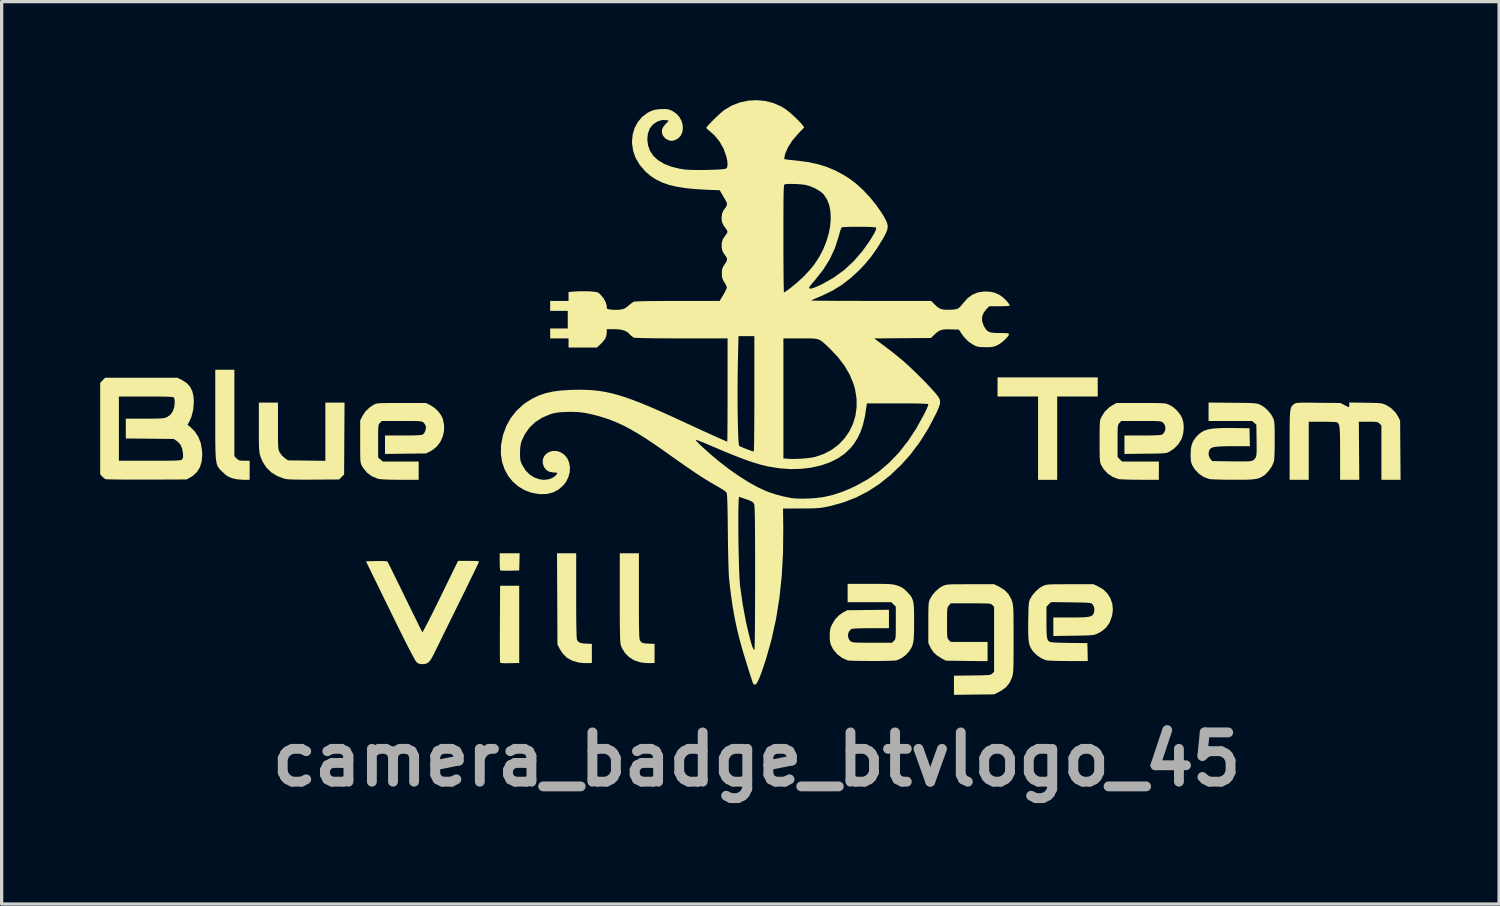
<source format=kicad_pcb>
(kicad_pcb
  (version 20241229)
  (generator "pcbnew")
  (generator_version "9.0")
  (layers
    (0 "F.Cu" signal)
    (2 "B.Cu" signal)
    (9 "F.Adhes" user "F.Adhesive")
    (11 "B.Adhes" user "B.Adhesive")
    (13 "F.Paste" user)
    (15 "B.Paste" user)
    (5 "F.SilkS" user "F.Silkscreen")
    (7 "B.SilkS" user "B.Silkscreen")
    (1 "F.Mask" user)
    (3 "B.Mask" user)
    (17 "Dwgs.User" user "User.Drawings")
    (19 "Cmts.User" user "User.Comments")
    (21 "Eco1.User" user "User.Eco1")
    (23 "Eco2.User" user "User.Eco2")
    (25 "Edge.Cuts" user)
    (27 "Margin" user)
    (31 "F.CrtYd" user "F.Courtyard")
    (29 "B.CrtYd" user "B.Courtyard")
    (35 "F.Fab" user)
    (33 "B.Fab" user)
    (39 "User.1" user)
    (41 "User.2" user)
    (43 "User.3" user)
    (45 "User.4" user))
  (footprint "camera_badge_btvlogo_45"
    (layer "F.Cu")
    (at 19.987 9.371)
    (property "Reference" "camera_badge_btvlogo_45" (at 0 10.7 0) (layer "F.Fab") (effects (font (size 1.5 1.5) (thickness 0.3))))
    (attr board_only exclude_from_pos_files exclude_from_bom)
    (fp_poly (pts (xy -7.222 4.685) (xy -7.229 4.947) (xy -7.51 4.954) (xy -7.62 4.955) (xy -7.712 4.954) (xy -7.778 4.95) (xy -7.806 4.944) (xy -7.806 4.944) (xy -7.813 4.915) (xy -7.818 4.851) (xy -7.822 4.76) (xy -7.823 4.676) (xy -7.823 4.423) (xy -7.519 4.423) (xy -7.216 4.423)) (stroke (width 0) (type solid)) (fill yes) (layer "F.SilkS"))
    (fp_poly (pts (xy 10.384 -0.64) (xy 10.384 -0.349) (xy 9.767 -0.349) (xy 9.15 -0.349) (xy 9.15 0.92) (xy 9.15 2.188) (xy 8.859 2.188) (xy 8.568 2.188) (xy 8.568 0.92) (xy 8.568 -0.349) (xy 7.951 -0.349) (xy 7.334 -0.349) (xy 7.334 -0.64) (xy 7.334 -0.931) (xy 8.859 -0.931) (xy 10.384 -0.931)) (stroke (width 0) (type solid)) (fill yes) (layer "F.SilkS"))
    (fp_poly (pts (xy -7.229 6.589) (xy -7.229 7.764) (xy -7.515 7.771) (xy -7.643 7.773) (xy -7.731 7.77) (xy -7.784 7.764) (xy -7.809 7.752) (xy -7.812 7.748) (xy -7.814 7.719) (xy -7.816 7.649) (xy -7.817 7.541) (xy -7.818 7.4) (xy -7.818 7.231) (xy -7.818 7.038) (xy -7.818 6.827) (xy -7.817 6.601) (xy -7.817 6.565) (xy -7.811 5.413) (xy -7.52 5.413) (xy -7.229 5.413)) (stroke (width 0) (type solid)) (fill yes) (layer "F.SilkS"))
    (fp_poly (pts (xy -5.494 5.714) (xy -5.494 6.032) (xy -5.493 6.304) (xy -5.491 6.532) (xy -5.488 6.718) (xy -5.484 6.862) (xy -5.48 6.967) (xy -5.474 7.034) (xy -5.469 7.062) (xy -5.434 7.114) (xy -5.379 7.148) (xy -5.295 7.167) (xy -5.18 7.176) (xy -5.017 7.182) (xy -5.017 7.473) (xy -5.017 7.764) (xy -5.168 7.769) (xy -5.275 7.766) (xy -5.386 7.755) (xy -5.448 7.744) (xy -5.629 7.688) (xy -5.776 7.605) (xy -5.894 7.49) (xy -5.985 7.353) (xy -6.065 7.206) (xy -6.071 5.815) (xy -6.078 4.423) (xy -5.786 4.423) (xy -5.494 4.423)) (stroke (width 0) (type solid)) (fill yes) (layer "F.SilkS"))
    (fp_poly (pts (xy -15.901 0.153) (xy -15.901 1.47) (xy -15.833 1.538) (xy -15.793 1.574) (xy -15.753 1.595) (xy -15.698 1.604) (xy -15.613 1.606) (xy -15.6 1.606) (xy -15.436 1.606) (xy -15.436 1.897) (xy -15.436 2.188) (xy -15.628 2.187) (xy -15.828 2.171) (xy -15.97 2.138) (xy -16.056 2.106) (xy -16.127 2.066) (xy -16.2 2.008) (xy -16.264 1.946) (xy -16.308 1.903) (xy -16.345 1.865) (xy -16.376 1.827) (xy -16.403 1.786) (xy -16.425 1.739) (xy -16.442 1.682) (xy -16.455 1.61) (xy -16.466 1.521) (xy -16.473 1.41) (xy -16.478 1.273) (xy -16.481 1.107) (xy -16.483 0.909) (xy -16.483 0.674) (xy -16.483 0.399) (xy -16.483 0.194) (xy -16.483 -1.164) (xy -16.192 -1.164) (xy -15.901 -1.164)) (stroke (width 0) (type solid)) (fill yes) (layer "F.SilkS"))
    (fp_poly (pts (xy -3.585 5.717) (xy -3.585 6) (xy -3.585 6.241) (xy -3.584 6.442) (xy -3.582 6.608) (xy -3.58 6.742) (xy -3.577 6.848) (xy -3.574 6.929) (xy -3.569 6.989) (xy -3.564 7.032) (xy -3.557 7.061) (xy -3.55 7.078) (xy -3.524 7.119) (xy -3.488 7.146) (xy -3.434 7.162) (xy -3.351 7.172) (xy -3.259 7.176) (xy -3.108 7.182) (xy -3.108 7.473) (xy -3.108 7.764) (xy -3.259 7.769) (xy -3.37 7.766) (xy -3.492 7.752) (xy -3.56 7.74) (xy -3.734 7.68) (xy -3.887 7.584) (xy -4.012 7.457) (xy -4.104 7.306) (xy -4.136 7.222) (xy -4.143 7.19) (xy -4.149 7.141) (xy -4.154 7.073) (xy -4.158 6.982) (xy -4.161 6.864) (xy -4.163 6.716) (xy -4.165 6.536) (xy -4.167 6.318) (xy -4.167 6.061) (xy -4.167 5.77) (xy -4.167 4.423) (xy -3.876 4.423) (xy -3.585 4.423)) (stroke (width 0) (type solid)) (fill yes) (layer "F.SilkS"))
    (fp_poly (pts (xy -14.574 0.542) (xy -14.574 0.742) (xy -14.573 0.902) (xy -14.572 1.026) (xy -14.569 1.12) (xy -14.565 1.19) (xy -14.559 1.242) (xy -14.551 1.281) (xy -14.54 1.313) (xy -14.526 1.343) (xy -14.522 1.351) (xy -14.461 1.439) (xy -14.379 1.517) (xy -14.368 1.525) (xy -14.268 1.595) (xy -13.699 1.602) (xy -13.131 1.609) (xy -13.131 0.723) (xy -13.131 -0.163) (xy -12.839 -0.163) (xy -12.547 -0.163) (xy -12.554 0.931) (xy -12.56 2.025) (xy -12.636 2.101) (xy -12.712 2.177) (xy -13.486 2.182) (xy -13.712 2.183) (xy -13.897 2.182) (xy -14.045 2.181) (xy -14.16 2.177) (xy -14.25 2.172) (xy -14.317 2.166) (xy -14.367 2.157) (xy -14.382 2.153) (xy -14.596 2.073) (xy -14.778 1.96) (xy -14.927 1.814) (xy -15.042 1.637) (xy -15.112 1.464) (xy -15.125 1.42) (xy -15.135 1.373) (xy -15.142 1.317) (xy -15.148 1.246) (xy -15.152 1.154) (xy -15.154 1.037) (xy -15.156 0.887) (xy -15.156 0.7) (xy -15.156 0.58) (xy -15.156 -0.163) (xy -14.865 -0.163) (xy -14.574 -0.163)) (stroke (width 0) (type solid)) (fill yes) (layer "F.SilkS"))
    (fp_poly (pts (xy -8.642 4.657) (xy -8.554 4.658) (xy -8.499 4.662) (xy -8.469 4.669) (xy -8.459 4.681) (xy -8.461 4.698) (xy -8.463 4.703) (xy -8.475 4.732) (xy -8.507 4.798) (xy -8.555 4.899) (xy -8.619 5.03) (xy -8.695 5.186) (xy -8.782 5.365) (xy -8.878 5.561) (xy -8.982 5.772) (xy -9.049 5.907) (xy -9.161 6.136) (xy -9.273 6.362) (xy -9.38 6.58) (xy -9.48 6.784) (xy -9.572 6.97) (xy -9.651 7.133) (xy -9.717 7.266) (xy -9.765 7.364) (xy -9.778 7.392) (xy -9.849 7.535) (xy -9.908 7.64) (xy -9.96 7.713) (xy -10.011 7.76) (xy -10.066 7.787) (xy -10.131 7.798) (xy -10.183 7.799) (xy -10.265 7.791) (xy -10.326 7.762) (xy -10.358 7.735) (xy -10.383 7.701) (xy -10.427 7.627) (xy -10.488 7.514) (xy -10.568 7.361) (xy -10.667 7.168) (xy -10.784 6.934) (xy -10.921 6.659) (xy -11.077 6.342) (xy -11.161 6.17) (xy -11.895 4.668) (xy -11.578 4.661) (xy -11.46 4.66) (xy -11.36 4.662) (xy -11.285 4.666) (xy -11.246 4.671) (xy -11.243 4.673) (xy -11.229 4.697) (xy -11.197 4.759) (xy -11.149 4.854) (xy -11.087 4.98) (xy -11.013 5.131) (xy -10.928 5.304) (xy -10.834 5.494) (xy -10.735 5.699) (xy -10.709 5.751) (xy -10.609 5.957) (xy -10.514 6.152) (xy -10.426 6.329) (xy -10.349 6.486) (xy -10.284 6.618) (xy -10.232 6.721) (xy -10.196 6.792) (xy -10.178 6.825) (xy -10.177 6.827) (xy -10.164 6.81) (xy -10.132 6.755) (xy -10.085 6.666) (xy -10.022 6.546) (xy -9.948 6.4) (xy -9.862 6.23) (xy -9.769 6.042) (xy -9.668 5.838) (xy -9.626 5.751) (xy -9.091 4.656) (xy -8.77 4.656)) (stroke (width 0) (type solid)) (fill yes) (layer "F.SilkS"))
    (fp_poly (pts (xy 18.538 -0.159) (xy 18.703 -0.156) (xy 18.828 -0.153) (xy 18.922 -0.149) (xy 18.992 -0.143) (xy 19.046 -0.134) (xy 19.09 -0.121) (xy 19.132 -0.104) (xy 19.164 -0.09) (xy 19.322 0.009) (xy 19.453 0.14) (xy 19.534 0.269) (xy 19.591 0.384) (xy 19.598 1.286) (xy 19.605 2.188) (xy 19.313 2.188) (xy 19.021 2.188) (xy 19.021 1.361) (xy 19.021 0.533) (xy 18.964 0.476) (xy 18.937 0.452) (xy 18.908 0.436) (xy 18.868 0.426) (xy 18.807 0.421) (xy 18.715 0.419) (xy 18.62 0.419) (xy 18.334 0.419) (xy 18.341 1.304) (xy 18.348 2.188) (xy 18.056 2.188) (xy 17.764 2.188) (xy 17.764 1.384) (xy 17.763 1.153) (xy 17.762 0.965) (xy 17.759 0.813) (xy 17.755 0.695) (xy 17.748 0.606) (xy 17.737 0.541) (xy 17.724 0.496) (xy 17.706 0.466) (xy 17.684 0.446) (xy 17.658 0.434) (xy 17.623 0.429) (xy 17.55 0.425) (xy 17.447 0.422) (xy 17.323 0.42) (xy 17.215 0.419) (xy 16.809 0.419) (xy 16.809 1.304) (xy 16.809 2.188) (xy 16.518 2.188) (xy 16.227 2.188) (xy 16.227 1.14) (xy 16.227 0.879) (xy 16.228 0.66) (xy 16.229 0.48) (xy 16.232 0.333) (xy 16.237 0.217) (xy 16.244 0.126) (xy 16.253 0.056) (xy 16.266 0.004) (xy 16.282 -0.034) (xy 16.302 -0.064) (xy 16.326 -0.089) (xy 16.356 -0.113) (xy 16.357 -0.114) (xy 16.377 -0.129) (xy 16.399 -0.14) (xy 16.427 -0.149) (xy 16.468 -0.155) (xy 16.527 -0.159) (xy 16.609 -0.161) (xy 16.72 -0.162) (xy 16.866 -0.161) (xy 17.051 -0.159) (xy 17.099 -0.158) (xy 17.775 -0.151) (xy 17.899 -0.087) (xy 17.967 -0.053) (xy 18.016 -0.03) (xy 18.033 -0.023) (xy 18.04 -0.044) (xy 18.043 -0.093) (xy 18.043 -0.095) (xy 18.043 -0.166)) (stroke (width 0) (type solid)) (fill yes) (layer "F.SilkS"))
    (fp_poly (pts (xy -9.936 -0.086) (xy -9.807 -0.003) (xy -9.691 0.106) (xy -9.601 0.231) (xy -9.556 0.329) (xy -9.517 0.512) (xy -9.518 0.695) (xy -9.557 0.871) (xy -9.631 1.033) (xy -9.736 1.172) (xy -9.871 1.283) (xy -9.936 1.32) (xy -10.069 1.385) (xy -10.692 1.392) (xy -11.315 1.4) (xy -11.315 1.119) (xy -11.315 0.838) (xy -10.766 0.838) (xy -10.57 0.837) (xy -10.41 0.834) (xy -10.287 0.828) (xy -10.206 0.821) (xy -10.17 0.813) (xy -10.12 0.764) (xy -10.084 0.687) (xy -10.069 0.602) (xy -10.073 0.559) (xy -10.102 0.492) (xy -10.145 0.442) (xy -10.166 0.428) (xy -10.191 0.417) (xy -10.226 0.409) (xy -10.278 0.403) (xy -10.352 0.399) (xy -10.454 0.397) (xy -10.59 0.396) (xy -10.765 0.396) (xy -10.807 0.396) (xy -11.41 0.396) (xy -11.467 0.453) (xy -11.486 0.473) (xy -11.5 0.494) (xy -11.51 0.522) (xy -11.517 0.565) (xy -11.521 0.628) (xy -11.523 0.718) (xy -11.524 0.842) (xy -11.524 1.006) (xy -11.524 1.01) (xy -11.524 1.509) (xy -11.453 1.569) (xy -11.381 1.63) (xy -10.836 1.63) (xy -10.29 1.63) (xy -10.29 1.909) (xy -10.29 2.188) (xy -10.855 2.187) (xy -11.077 2.185) (xy -11.259 2.18) (xy -11.397 2.173) (xy -11.492 2.163) (xy -11.526 2.157) (xy -11.704 2.086) (xy -11.854 1.979) (xy -11.976 1.835) (xy -12.02 1.76) (xy -12.035 1.73) (xy -12.047 1.699) (xy -12.056 1.661) (xy -12.063 1.61) (xy -12.067 1.541) (xy -12.069 1.447) (xy -12.071 1.322) (xy -12.071 1.161) (xy -12.071 1.024) (xy -12.071 0.384) (xy -12.007 0.252) (xy -11.907 0.1) (xy -11.769 -0.028) (xy -11.659 -0.098) (xy -11.63 -0.113) (xy -11.602 -0.124) (xy -11.567 -0.134) (xy -11.522 -0.14) (xy -11.461 -0.145) (xy -11.378 -0.148) (xy -11.269 -0.15) (xy -11.126 -0.151) (xy -10.946 -0.151) (xy -10.814 -0.151) (xy -10.069 -0.151)) (stroke (width 0) (type solid)) (fill yes) (layer "F.SilkS"))
    (fp_poly (pts (xy -17.502 -0.854) (xy -17.361 -0.765) (xy -17.255 -0.654) (xy -17.184 -0.517) (xy -17.145 -0.35) (xy -17.135 -0.187) (xy -17.154 0.056) (xy -17.209 0.271) (xy -17.267 0.4) (xy -17.328 0.512) (xy -17.261 0.564) (xy -17.11 0.71) (xy -16.996 0.882) (xy -16.921 1.081) (xy -16.884 1.307) (xy -16.879 1.429) (xy -16.897 1.632) (xy -16.951 1.807) (xy -17.041 1.952) (xy -17.167 2.068) (xy -17.231 2.107) (xy -17.356 2.177) (xy -18.567 2.182) (xy -18.801 2.182) (xy -19.022 2.182) (xy -19.226 2.181) (xy -19.407 2.179) (xy -19.561 2.177) (xy -19.684 2.175) (xy -19.772 2.172) (xy -19.818 2.168) (xy -19.824 2.167) (xy -19.872 2.136) (xy -19.925 2.089) (xy -19.929 2.084) (xy -19.987 2.022) (xy -19.987 0.627) (xy -19.987 -0.349) (xy -19.417 -0.349) (xy -19.417 0.629) (xy -19.417 1.606) (xy -18.475 1.606) (xy -18.239 1.606) (xy -18.046 1.606) (xy -17.89 1.605) (xy -17.767 1.603) (xy -17.674 1.6) (xy -17.606 1.596) (xy -17.558 1.591) (xy -17.526 1.584) (xy -17.506 1.576) (xy -17.495 1.567) (xy -17.473 1.532) (xy -17.463 1.478) (xy -17.465 1.392) (xy -17.466 1.387) (xy -17.492 1.231) (xy -17.549 1.109) (xy -17.637 1.017) (xy -17.655 1.005) (xy -17.749 0.943) (xy -18.478 0.936) (xy -19.207 0.929) (xy -19.207 0.628) (xy -19.207 0.326) (xy -18.631 0.325) (xy -18.448 0.325) (xy -18.306 0.324) (xy -18.198 0.321) (xy -18.117 0.316) (xy -18.057 0.31) (xy -18.012 0.301) (xy -17.976 0.289) (xy -17.959 0.282) (xy -17.852 0.209) (xy -17.775 0.102) (xy -17.73 -0.035) (xy -17.717 -0.173) (xy -17.722 -0.248) (xy -17.735 -0.304) (xy -17.745 -0.321) (xy -17.766 -0.329) (xy -17.815 -0.336) (xy -17.894 -0.341) (xy -18.007 -0.345) (xy -18.156 -0.347) (xy -18.346 -0.349) (xy -18.578 -0.349) (xy -18.595 -0.349) (xy -19.417 -0.349) (xy -19.987 -0.349) (xy -19.987 -0.767) (xy -19.911 -0.844) (xy -19.835 -0.92) (xy -18.735 -0.92) (xy -17.636 -0.92)) (stroke (width 0) (type solid)) (fill yes) (layer "F.SilkS"))
    (fp_poly (pts (xy 11.905 -0.151) (xy 12.07 -0.151) (xy 12.2 -0.149) (xy 12.299 -0.147) (xy 12.375 -0.143) (xy 12.431 -0.138) (xy 12.474 -0.13) (xy 12.51 -0.119) (xy 12.543 -0.106) (xy 12.565 -0.096) (xy 12.682 -0.025) (xy 12.796 0.078) (xy 12.893 0.197) (xy 12.95 0.298) (xy 12.991 0.434) (xy 13.004 0.592) (xy 12.991 0.755) (xy 12.951 0.908) (xy 12.934 0.949) (xy 12.838 1.107) (xy 12.704 1.241) (xy 12.568 1.331) (xy 12.537 1.347) (xy 12.504 1.36) (xy 12.466 1.37) (xy 12.415 1.377) (xy 12.346 1.382) (xy 12.252 1.386) (xy 12.128 1.389) (xy 11.968 1.391) (xy 11.833 1.392) (xy 11.198 1.4) (xy 11.198 1.119) (xy 11.198 0.838) (xy 11.747 0.838) (xy 11.928 0.837) (xy 12.082 0.834) (xy 12.205 0.829) (xy 12.291 0.823) (xy 12.337 0.816) (xy 12.34 0.814) (xy 12.404 0.756) (xy 12.439 0.675) (xy 12.444 0.585) (xy 12.418 0.501) (xy 12.37 0.443) (xy 12.349 0.429) (xy 12.325 0.418) (xy 12.291 0.409) (xy 12.241 0.403) (xy 12.17 0.4) (xy 12.072 0.397) (xy 11.941 0.396) (xy 11.771 0.396) (xy 11.706 0.396) (xy 11.103 0.396) (xy 11.046 0.457) (xy 11.027 0.479) (xy 11.013 0.502) (xy 11.003 0.532) (xy 10.996 0.576) (xy 10.992 0.641) (xy 10.99 0.734) (xy 10.989 0.861) (xy 10.989 1.006) (xy 10.989 1.494) (xy 11.057 1.562) (xy 11.125 1.63) (xy 11.685 1.63) (xy 12.246 1.63) (xy 12.246 1.909) (xy 12.246 2.188) (xy 11.67 2.186) (xy 11.505 2.185) (xy 11.352 2.182) (xy 11.217 2.178) (xy 11.109 2.173) (xy 11.034 2.167) (xy 11.006 2.163) (xy 10.841 2.101) (xy 10.692 2) (xy 10.568 1.868) (xy 10.496 1.751) (xy 10.479 1.716) (xy 10.467 1.683) (xy 10.458 1.643) (xy 10.451 1.592) (xy 10.446 1.524) (xy 10.444 1.431) (xy 10.442 1.308) (xy 10.442 1.149) (xy 10.442 1.013) (xy 10.442 0.825) (xy 10.443 0.677) (xy 10.444 0.564) (xy 10.447 0.479) (xy 10.453 0.417) (xy 10.46 0.37) (xy 10.47 0.333) (xy 10.484 0.3) (xy 10.495 0.276) (xy 10.602 0.109) (xy 10.738 -0.022) (xy 10.829 -0.082) (xy 10.954 -0.151) (xy 11.699 -0.151)) (stroke (width 0) (type solid)) (fill yes) (layer "F.SilkS"))
    (fp_poly (pts (xy 3.641 5.355) (xy 3.799 5.356) (xy 3.923 5.358) (xy 4.019 5.361) (xy 4.094 5.367) (xy 4.153 5.374) (xy 4.204 5.384) (xy 4.253 5.397) (xy 4.274 5.404) (xy 4.362 5.435) (xy 4.432 5.471) (xy 4.501 5.524) (xy 4.577 5.597) (xy 4.639 5.661) (xy 4.688 5.72) (xy 4.726 5.78) (xy 4.753 5.848) (xy 4.773 5.93) (xy 4.785 6.033) (xy 4.791 6.162) (xy 4.794 6.324) (xy 4.794 6.527) (xy 4.794 6.54) (xy 4.793 6.737) (xy 4.789 6.893) (xy 4.783 7.017) (xy 4.771 7.115) (xy 4.754 7.194) (xy 4.73 7.262) (xy 4.698 7.325) (xy 4.656 7.389) (xy 4.639 7.414) (xy 4.547 7.516) (xy 4.429 7.605) (xy 4.304 7.669) (xy 4.261 7.683) (xy 4.217 7.689) (xy 4.133 7.694) (xy 4.018 7.698) (xy 3.879 7.701) (xy 3.723 7.703) (xy 3.558 7.704) (xy 3.392 7.703) (xy 3.23 7.702) (xy 3.082 7.7) (xy 2.954 7.697) (xy 2.854 7.693) (xy 2.789 7.688) (xy 2.77 7.684) (xy 2.598 7.608) (xy 2.45 7.494) (xy 2.331 7.349) (xy 2.285 7.264) (xy 2.253 7.188) (xy 2.234 7.116) (xy 2.226 7.03) (xy 2.225 6.938) (xy 2.228 6.826) (xy 2.239 6.742) (xy 2.262 6.666) (xy 2.29 6.6) (xy 2.391 6.432) (xy 2.523 6.298) (xy 2.642 6.22) (xy 2.759 6.158) (xy 3.393 6.151) (xy 4.028 6.144) (xy 4.028 6.424) (xy 4.028 6.705) (xy 3.479 6.705) (xy 3.298 6.706) (xy 3.144 6.709) (xy 3.021 6.714) (xy 2.935 6.72) (xy 2.889 6.728) (xy 2.886 6.729) (xy 2.822 6.787) (xy 2.787 6.868) (xy 2.782 6.958) (xy 2.808 7.043) (xy 2.856 7.1) (xy 2.877 7.114) (xy 2.901 7.126) (xy 2.935 7.134) (xy 2.985 7.14) (xy 3.056 7.144) (xy 3.154 7.146) (xy 3.285 7.147) (xy 3.455 7.147) (xy 3.52 7.147) (xy 4.123 7.147) (xy 4.18 7.09) (xy 4.199 7.07) (xy 4.213 7.049) (xy 4.223 7.02) (xy 4.23 6.977) (xy 4.234 6.913) (xy 4.236 6.822) (xy 4.237 6.697) (xy 4.237 6.541) (xy 4.237 6.05) (xy 4.169 5.982) (xy 4.101 5.913) (xy 3.436 5.913) (xy 2.77 5.913) (xy 2.77 5.634) (xy 2.77 5.355) (xy 3.443 5.355)) (stroke (width 0) (type solid)) (fill yes) (layer "F.SilkS"))
    (fp_poly (pts (xy 10.401 5.434) (xy 10.56 5.53) (xy 10.685 5.656) (xy 10.776 5.804) (xy 10.83 5.97) (xy 10.846 6.147) (xy 10.821 6.33) (xy 10.755 6.513) (xy 10.737 6.549) (xy 10.643 6.683) (xy 10.516 6.792) (xy 10.385 6.865) (xy 10.344 6.883) (xy 10.306 6.897) (xy 10.265 6.908) (xy 10.212 6.916) (xy 10.144 6.922) (xy 10.052 6.926) (xy 9.93 6.929) (xy 9.773 6.932) (xy 9.644 6.934) (xy 9.033 6.943) (xy 9.033 6.661) (xy 9.033 6.379) (xy 9.558 6.379) (xy 9.751 6.378) (xy 9.903 6.375) (xy 10.02 6.369) (xy 10.107 6.358) (xy 10.169 6.342) (xy 10.212 6.319) (xy 10.241 6.289) (xy 10.262 6.25) (xy 10.266 6.243) (xy 10.284 6.15) (xy 10.271 6.056) (xy 10.228 5.98) (xy 10.218 5.969) (xy 10.2 5.956) (xy 10.175 5.945) (xy 10.138 5.937) (xy 10.083 5.931) (xy 10.004 5.926) (xy 9.896 5.923) (xy 9.753 5.921) (xy 9.569 5.918) (xy 9.566 5.918) (xy 8.962 5.911) (xy 8.893 5.98) (xy 8.824 6.05) (xy 8.824 6.516) (xy 8.824 6.693) (xy 8.828 6.83) (xy 8.834 6.933) (xy 8.845 7.006) (xy 8.861 7.057) (xy 8.884 7.092) (xy 8.914 7.115) (xy 8.925 7.122) (xy 8.967 7.131) (xy 9.052 7.139) (xy 9.178 7.146) (xy 9.341 7.15) (xy 9.522 7.153) (xy 10.069 7.159) (xy 10.076 7.433) (xy 10.082 7.706) (xy 9.482 7.705) (xy 9.263 7.703) (xy 9.088 7.699) (xy 8.953 7.694) (xy 8.857 7.686) (xy 8.795 7.676) (xy 8.786 7.673) (xy 8.655 7.614) (xy 8.527 7.524) (xy 8.421 7.418) (xy 8.406 7.398) (xy 8.364 7.336) (xy 8.33 7.275) (xy 8.305 7.207) (xy 8.287 7.126) (xy 8.276 7.027) (xy 8.269 6.902) (xy 8.267 6.745) (xy 8.268 6.55) (xy 8.269 6.489) (xy 8.272 6.31) (xy 8.275 6.172) (xy 8.278 6.066) (xy 8.284 5.987) (xy 8.291 5.929) (xy 8.301 5.883) (xy 8.314 5.845) (xy 8.327 5.815) (xy 8.402 5.692) (xy 8.504 5.575) (xy 8.619 5.477) (xy 8.714 5.421) (xy 8.749 5.406) (xy 8.784 5.393) (xy 8.822 5.384) (xy 8.871 5.377) (xy 8.936 5.372) (xy 9.022 5.369) (xy 9.136 5.367) (xy 9.283 5.367) (xy 9.468 5.366) (xy 9.545 5.366) (xy 10.255 5.366)) (stroke (width 0) (type solid)) (fill yes) (layer "F.SilkS"))
    (fp_poly (pts (xy 14.487 -0.158) (xy 14.691 -0.156) (xy 14.853 -0.154) (xy 14.981 -0.152) (xy 15.079 -0.148) (xy 15.153 -0.143) (xy 15.209 -0.137) (xy 15.251 -0.128) (xy 15.287 -0.117) (xy 15.322 -0.103) (xy 15.335 -0.097) (xy 15.452 -0.026) (xy 15.564 0.075) (xy 15.66 0.191) (xy 15.726 0.308) (xy 15.728 0.314) (xy 15.743 0.356) (xy 15.754 0.401) (xy 15.762 0.457) (xy 15.767 0.53) (xy 15.771 0.627) (xy 15.772 0.755) (xy 15.773 0.92) (xy 15.773 0.989) (xy 15.772 1.207) (xy 15.768 1.379) (xy 15.762 1.51) (xy 15.753 1.6) (xy 15.744 1.645) (xy 15.688 1.773) (xy 15.602 1.901) (xy 15.501 2.011) (xy 15.464 2.042) (xy 15.406 2.082) (xy 15.35 2.115) (xy 15.288 2.14) (xy 15.215 2.158) (xy 15.125 2.172) (xy 15.011 2.18) (xy 14.868 2.185) (xy 14.69 2.186) (xy 14.494 2.186) (xy 14.323 2.185) (xy 14.162 2.182) (xy 14.02 2.178) (xy 13.904 2.174) (xy 13.82 2.168) (xy 13.776 2.163) (xy 13.611 2.101) (xy 13.462 2) (xy 13.338 1.868) (xy 13.266 1.751) (xy 13.24 1.691) (xy 13.224 1.63) (xy 13.216 1.555) (xy 13.213 1.451) (xy 13.213 1.409) (xy 13.22 1.249) (xy 13.244 1.122) (xy 13.289 1.013) (xy 13.359 0.911) (xy 13.407 0.855) (xy 13.478 0.786) (xy 13.552 0.731) (xy 13.637 0.687) (xy 13.737 0.655) (xy 13.858 0.632) (xy 14.005 0.618) (xy 14.186 0.611) (xy 14.404 0.61) (xy 14.517 0.611) (xy 15.005 0.617) (xy 15.011 0.891) (xy 15.018 1.164) (xy 14.511 1.164) (xy 14.313 1.165) (xy 14.157 1.169) (xy 14.036 1.176) (xy 13.945 1.187) (xy 13.88 1.203) (xy 13.834 1.225) (xy 13.803 1.253) (xy 13.795 1.263) (xy 13.763 1.346) (xy 13.764 1.441) (xy 13.798 1.529) (xy 13.815 1.553) (xy 13.872 1.618) (xy 14.427 1.625) (xy 14.587 1.627) (xy 14.736 1.627) (xy 14.866 1.626) (xy 14.969 1.624) (xy 15.037 1.62) (xy 15.058 1.618) (xy 15.136 1.583) (xy 15.181 1.529) (xy 15.197 1.501) (xy 15.208 1.469) (xy 15.216 1.426) (xy 15.221 1.366) (xy 15.223 1.28) (xy 15.223 1.164) (xy 15.221 1.008) (xy 15.221 0.982) (xy 15.214 0.508) (xy 15.149 0.452) (xy 15.084 0.396) (xy 14.422 0.396) (xy 13.759 0.396) (xy 13.759 0.115) (xy 13.759 -0.165)) (stroke (width 0) (type solid)) (fill yes) (layer "F.SilkS"))
    (fp_poly (pts (xy 7.385 5.443) (xy 7.546 5.543) (xy 7.668 5.668) (xy 7.753 5.82) (xy 7.776 5.884) (xy 7.787 5.923) (xy 7.797 5.964) (xy 7.804 6.01) (xy 7.81 6.067) (xy 7.815 6.14) (xy 7.818 6.233) (xy 7.82 6.35) (xy 7.821 6.498) (xy 7.822 6.68) (xy 7.823 6.901) (xy 7.823 7.043) (xy 7.822 7.288) (xy 7.822 7.491) (xy 7.821 7.657) (xy 7.819 7.791) (xy 7.817 7.897) (xy 7.813 7.98) (xy 7.808 8.045) (xy 7.801 8.097) (xy 7.793 8.14) (xy 7.783 8.179) (xy 7.776 8.201) (xy 7.704 8.363) (xy 7.596 8.498) (xy 7.45 8.607) (xy 7.385 8.642) (xy 7.23 8.719) (xy 6.618 8.726) (xy 6.007 8.734) (xy 6.007 8.442) (xy 6.007 8.151) (xy 6.565 8.144) (xy 6.74 8.142) (xy 6.875 8.139) (xy 6.976 8.136) (xy 7.047 8.131) (xy 7.097 8.125) (xy 7.13 8.116) (xy 7.153 8.104) (xy 7.171 8.089) (xy 7.176 8.084) (xy 7.229 8.031) (xy 7.229 7.043) (xy 7.229 6.054) (xy 7.176 6.001) (xy 7.159 5.985) (xy 7.139 5.973) (xy 7.112 5.964) (xy 7.071 5.957) (xy 7.011 5.953) (xy 6.926 5.95) (xy 6.81 5.949) (xy 6.657 5.948) (xy 6.516 5.948) (xy 5.909 5.948) (xy 5.853 6.014) (xy 5.834 6.037) (xy 5.82 6.062) (xy 5.81 6.094) (xy 5.803 6.142) (xy 5.8 6.211) (xy 5.798 6.308) (xy 5.797 6.441) (xy 5.797 6.544) (xy 5.797 6.703) (xy 5.798 6.821) (xy 5.801 6.906) (xy 5.805 6.965) (xy 5.813 7.005) (xy 5.824 7.032) (xy 5.84 7.052) (xy 5.854 7.067) (xy 5.911 7.124) (xy 6.471 7.124) (xy 7.031 7.124) (xy 7.031 7.416) (xy 7.031 7.709) (xy 6.397 7.702) (xy 5.762 7.694) (xy 5.641 7.631) (xy 5.495 7.539) (xy 5.385 7.437) (xy 5.302 7.313) (xy 5.292 7.291) (xy 5.227 7.159) (xy 5.227 6.542) (xy 5.227 6.355) (xy 5.228 6.209) (xy 5.23 6.097) (xy 5.233 6.012) (xy 5.239 5.95) (xy 5.246 5.902) (xy 5.257 5.864) (xy 5.271 5.83) (xy 5.277 5.815) (xy 5.352 5.692) (xy 5.454 5.575) (xy 5.569 5.477) (xy 5.664 5.421) (xy 5.699 5.406) (xy 5.733 5.394) (xy 5.772 5.384) (xy 5.82 5.377) (xy 5.884 5.372) (xy 5.97 5.369) (xy 6.082 5.367) (xy 6.227 5.367) (xy 6.411 5.366) (xy 6.508 5.366) (xy 7.23 5.366)) (stroke (width 0) (type solid)) (fill yes) (layer "F.SilkS"))
    (fp_poly (pts (xy 0.266 -9.346) (xy 0.515 -9.282) (xy 0.749 -9.179) (xy 0.876 -9.1) (xy 0.959 -9.037) (xy 1.058 -8.953) (xy 1.162 -8.859) (xy 1.26 -8.763) (xy 1.344 -8.676) (xy 1.401 -8.608) (xy 1.401 -8.608) (xy 1.448 -8.543) (xy 1.253 -8.338) (xy 1.09 -8.147) (xy 0.965 -7.956) (xy 0.881 -7.77) (xy 0.86 -7.699) (xy 0.846 -7.633) (xy 0.841 -7.588) (xy 0.843 -7.577) (xy 0.869 -7.571) (xy 0.932 -7.562) (xy 1.026 -7.551) (xy 1.142 -7.539) (xy 1.213 -7.532) (xy 1.552 -7.488) (xy 1.857 -7.425) (xy 2.138 -7.338) (xy 2.404 -7.226) (xy 2.666 -7.084) (xy 2.812 -6.991) (xy 3.025 -6.832) (xy 3.24 -6.637) (xy 3.448 -6.415) (xy 3.642 -6.176) (xy 3.814 -5.928) (xy 3.887 -5.806) (xy 3.945 -5.696) (xy 3.98 -5.603) (xy 3.991 -5.518) (xy 3.977 -5.431) (xy 3.939 -5.329) (xy 3.874 -5.204) (xy 3.843 -5.151) (xy 3.668 -4.864) (xy 3.49 -4.611) (xy 3.299 -4.381) (xy 3.131 -4.203) (xy 2.862 -3.954) (xy 2.589 -3.745) (xy 2.303 -3.569) (xy 1.993 -3.419) (xy 1.917 -3.387) (xy 1.819 -3.346) (xy 1.736 -3.31) (xy 1.68 -3.285) (xy 1.659 -3.273) (xy 1.679 -3.271) (xy 1.743 -3.269) (xy 1.846 -3.267) (xy 1.986 -3.265) (xy 2.158 -3.264) (xy 2.359 -3.262) (xy 2.586 -3.261) (xy 2.835 -3.26) (xy 3.103 -3.26) (xy 3.386 -3.259) (xy 3.479 -3.259) (xy 5.313 -3.259) (xy 5.419 -3.152) (xy 5.499 -3.077) (xy 5.573 -3.029) (xy 5.653 -3.001) (xy 5.754 -2.99) (xy 5.883 -2.99) (xy 6 -2.996) (xy 6.084 -3.01) (xy 6.147 -3.038) (xy 6.203 -3.086) (xy 6.264 -3.161) (xy 6.281 -3.183) (xy 6.419 -3.338) (xy 6.569 -3.449) (xy 6.735 -3.517) (xy 6.921 -3.545) (xy 6.958 -3.546) (xy 7.114 -3.538) (xy 7.244 -3.51) (xy 7.368 -3.456) (xy 7.434 -3.416) (xy 7.497 -3.369) (xy 7.566 -3.305) (xy 7.629 -3.237) (xy 7.679 -3.174) (xy 7.704 -3.126) (xy 7.706 -3.116) (xy 7.684 -3.109) (xy 7.624 -3.103) (xy 7.535 -3.099) (xy 7.424 -3.097) (xy 7.394 -3.096) (xy 7.081 -3.096) (xy 7.009 -3.024) (xy 6.914 -2.904) (xy 6.865 -2.781) (xy 6.863 -2.653) (xy 6.906 -2.518) (xy 6.938 -2.459) (xy 6.982 -2.392) (xy 7.027 -2.345) (xy 7.082 -2.313) (xy 7.155 -2.294) (xy 7.254 -2.285) (xy 7.389 -2.282) (xy 7.433 -2.282) (xy 7.545 -2.281) (xy 7.619 -2.277) (xy 7.661 -2.27) (xy 7.68 -2.257) (xy 7.683 -2.246) (xy 7.665 -2.201) (xy 7.617 -2.14) (xy 7.549 -2.071) (xy 7.47 -2.003) (xy 7.389 -1.945) (xy 7.337 -1.915) (xy 7.269 -1.885) (xy 7.209 -1.866) (xy 7.141 -1.855) (xy 7.05 -1.851) (xy 6.973 -1.851) (xy 6.859 -1.852) (xy 6.778 -1.858) (xy 6.714 -1.872) (xy 6.653 -1.894) (xy 6.612 -1.914) (xy 6.455 -2.016) (xy 6.312 -2.161) (xy 6.232 -2.272) (xy 6.157 -2.386) (xy 5.908 -2.393) (xy 5.772 -2.394) (xy 5.671 -2.386) (xy 5.591 -2.364) (xy 5.52 -2.325) (xy 5.446 -2.265) (xy 5.406 -2.227) (xy 5.306 -2.13) (xy 4.444 -2.124) (xy 3.581 -2.117) (xy 3.903 -1.876) (xy 4.036 -1.775) (xy 4.18 -1.662) (xy 4.321 -1.548) (xy 4.445 -1.446) (xy 4.482 -1.414) (xy 4.606 -1.303) (xy 4.747 -1.17) (xy 4.898 -1.024) (xy 5.049 -0.873) (xy 5.194 -0.724) (xy 5.323 -0.586) (xy 5.429 -0.468) (xy 5.466 -0.424) (xy 5.528 -0.344) (xy 5.568 -0.275) (xy 5.586 -0.208) (xy 5.582 -0.133) (xy 5.555 -0.041) (xy 5.507 0.076) (xy 5.461 0.175) (xy 5.229 0.621) (xy 4.968 1.037) (xy 4.68 1.42) (xy 4.402 1.731) (xy 4.072 2.045) (xy 3.736 2.314) (xy 3.389 2.54) (xy 3.027 2.726) (xy 2.649 2.873) (xy 2.25 2.984) (xy 2.191 2.997) (xy 2.092 3.017) (xy 2.005 3.033) (xy 1.922 3.044) (xy 1.833 3.051) (xy 1.73 3.056) (xy 1.602 3.059) (xy 1.441 3.06) (xy 1.35 3.06) (xy 0.803 3.062) (xy 0.811 3.655) (xy 0.804 4.393) (xy 0.765 5.1) (xy 0.694 5.777) (xy 0.59 6.427) (xy 0.452 7.052) (xy 0.294 7.613) (xy 0.214 7.86) (xy 0.144 8.062) (xy 0.083 8.219) (xy 0.032 8.331) (xy -0.011 8.4) (xy -0.043 8.424) (xy -0.089 8.414) (xy -0.115 8.372) (xy -0.129 8.334) (xy -0.153 8.258) (xy -0.188 8.152) (xy -0.229 8.023) (xy -0.275 7.878) (xy -0.301 7.795) (xy -0.417 7.416) (xy -0.515 7.065) (xy -0.598 6.73) (xy -0.668 6.399) (xy -0.728 6.061) (xy -0.78 5.704) (xy -0.827 5.315) (xy -0.84 5.192) (xy -0.845 5.119) (xy -0.851 5.006) (xy -0.856 4.857) (xy -0.861 4.679) (xy -0.866 4.478) (xy -0.871 4.258) (xy -0.874 4.027) (xy -0.877 3.788) (xy -0.877 3.783) (xy -0.88 3.547) (xy -0.558 3.547) (xy -0.557 3.757) (xy -0.555 3.974) (xy -0.552 4.194) (xy -0.548 4.413) (xy -0.542 4.624) (xy -0.537 4.824) (xy -0.53 5.008) (xy -0.522 5.17) (xy -0.514 5.306) (xy -0.505 5.411) (xy -0.502 5.436) (xy -0.425 5.975) (xy -0.328 6.498) (xy -0.257 6.81) (xy -0.208 7.006) (xy -0.167 7.157) (xy -0.133 7.265) (xy -0.104 7.332) (xy -0.082 7.36) (xy -0.067 7.353) (xy -0.064 7.326) (xy -0.061 7.255) (xy -0.059 7.145) (xy -0.056 6.997) (xy -0.054 6.817) (xy -0.052 6.606) (xy -0.05 6.369) (xy -0.049 6.108) (xy -0.048 5.827) (xy -0.047 5.529) (xy -0.047 5.217) (xy -0.047 5.162) (xy -0.047 4.784) (xy -0.047 4.451) (xy -0.048 4.158) (xy -0.049 3.904) (xy -0.05 3.687) (xy -0.052 3.503) (xy -0.054 3.349) (xy -0.056 3.224) (xy -0.059 3.125) (xy -0.063 3.048) (xy -0.067 2.992) (xy -0.071 2.953) (xy -0.077 2.93) (xy -0.078 2.926) (xy -0.099 2.888) (xy -0.129 2.858) (xy -0.18 2.83) (xy -0.261 2.799) (xy -0.305 2.784) (xy -0.397 2.752) (xy -0.473 2.726) (xy -0.522 2.708) (xy -0.532 2.705) (xy -0.54 2.725) (xy -0.546 2.786) (xy -0.551 2.884) (xy -0.555 3.014) (xy -0.557 3.171) (xy -0.558 3.35) (xy -0.558 3.547) (xy -0.88 3.547) (xy -0.88 3.507) (xy -0.883 3.274) (xy -0.887 3.081) (xy -0.89 2.924) (xy -0.895 2.801) (xy -0.899 2.708) (xy -0.905 2.641) (xy -0.911 2.597) (xy -0.919 2.573) (xy -0.92 2.57) (xy -0.952 2.541) (xy -1.016 2.495) (xy -1.102 2.441) (xy -1.202 2.384) (xy -1.398 2.271) (xy -1.627 2.13) (xy -1.885 1.961) (xy -2.171 1.766) (xy -2.482 1.548) (xy -2.584 1.475) (xy -2.887 1.26) (xy -3.159 1.073) (xy -3.319 0.967) (xy -1.86 0.967) (xy -1.849 0.987) (xy -1.81 1.032) (xy -1.75 1.094) (xy -1.687 1.155) (xy -1.404 1.411) (xy -1.113 1.653) (xy -0.819 1.878) (xy -0.528 2.081) (xy -0.245 2.259) (xy 0.024 2.408) (xy 0.275 2.525) (xy 0.39 2.57) (xy 0.598 2.637) (xy 0.816 2.694) (xy 1.021 2.736) (xy 1.086 2.746) (xy 1.234 2.758) (xy 1.413 2.762) (xy 1.607 2.756) (xy 1.801 2.742) (xy 1.981 2.721) (xy 2.088 2.702) (xy 2.349 2.639) (xy 2.605 2.554) (xy 2.869 2.444) (xy 3.015 2.375) (xy 3.38 2.173) (xy 3.719 1.938) (xy 4.034 1.668) (xy 4.328 1.362) (xy 4.6 1.017) (xy 4.855 0.632) (xy 5.092 0.205) (xy 5.102 0.185) (xy 5.153 0.081) (xy 5.193 -0.009) (xy 5.219 -0.076) (xy 5.228 -0.112) (xy 5.227 -0.115) (xy 5.199 -0.123) (xy 5.125 -0.128) (xy 5.004 -0.133) (xy 4.836 -0.137) (xy 4.622 -0.139) (xy 4.361 -0.14) (xy 4.284 -0.14) (xy 3.355 -0.14) (xy 3.341 -0.029) (xy 3.296 0.26) (xy 3.237 0.51) (xy 3.163 0.729) (xy 3.07 0.923) (xy 2.957 1.1) (xy 2.866 1.214) (xy 2.686 1.388) (xy 2.471 1.536) (xy 2.226 1.657) (xy 1.954 1.751) (xy 1.66 1.817) (xy 1.349 1.854) (xy 1.024 1.861) (xy 0.69 1.837) (xy 0.352 1.782) (xy 0.1 1.721) (xy -0.074 1.668) (xy -0.265 1.604) (xy -0.457 1.534) (xy 0.815 1.534) (xy 0.914 1.544) (xy 1.039 1.552) (xy 1.19 1.551) (xy 1.355 1.544) (xy 1.517 1.531) (xy 1.663 1.513) (xy 1.777 1.491) (xy 1.78 1.491) (xy 2.045 1.4) (xy 2.284 1.274) (xy 2.494 1.116) (xy 2.673 0.929) (xy 2.82 0.718) (xy 2.932 0.487) (xy 3.007 0.238) (xy 3.044 -0.024) (xy 3.041 -0.296) (xy 2.995 -0.573) (xy 2.945 -0.746) (xy 2.829 -1.021) (xy 2.673 -1.289) (xy 2.473 -1.55) (xy 2.229 -1.808) (xy 2.194 -1.84) (xy 2.104 -1.926) (xy 2.031 -1.992) (xy 1.969 -2.041) (xy 1.91 -2.076) (xy 1.845 -2.098) (xy 1.767 -2.111) (xy 1.667 -2.117) (xy 1.539 -2.119) (xy 1.374 -2.119) (xy 1.333 -2.119) (xy 0.815 -2.119) (xy 0.815 -0.292) (xy 0.815 1.534) (xy -0.457 1.534) (xy -0.478 1.526) (xy -0.717 1.433) (xy -0.988 1.322) (xy -1.296 1.191) (xy -1.302 1.189) (xy -1.45 1.126) (xy -1.584 1.07) (xy -1.698 1.024) (xy -1.786 0.99) (xy -1.841 0.971) (xy -1.86 0.967) (xy -3.319 0.967) (xy -3.405 0.91) (xy -3.63 0.77) (xy -3.837 0.65) (xy -4.033 0.546) (xy -4.221 0.458) (xy -4.407 0.381) (xy -4.594 0.314) (xy -4.788 0.254) (xy -4.809 0.248) (xy -5.036 0.189) (xy -5.238 0.149) (xy -5.432 0.126) (xy -5.634 0.118) (xy -5.799 0.121) (xy -5.942 0.128) (xy -6.052 0.138) (xy -6.143 0.153) (xy -6.229 0.174) (xy -6.297 0.196) (xy -6.539 0.3) (xy -6.746 0.435) (xy -6.919 0.601) (xy -7.057 0.798) (xy -7.148 0.989) (xy -7.176 1.074) (xy -7.193 1.16) (xy -7.201 1.264) (xy -7.204 1.362) (xy -7.203 1.473) (xy -7.199 1.552) (xy -7.187 1.614) (xy -7.165 1.675) (xy -7.129 1.751) (xy -7.129 1.751) (xy -7.029 1.908) (xy -6.902 2.034) (xy -6.753 2.125) (xy -6.59 2.177) (xy -6.471 2.188) (xy -6.34 2.173) (xy -6.222 2.131) (xy -6.128 2.067) (xy -6.076 2.002) (xy -6.072 1.981) (xy -6.094 1.969) (xy -6.15 1.965) (xy -6.181 1.964) (xy -6.307 1.944) (xy -6.405 1.889) (xy -6.475 1.796) (xy -6.481 1.784) (xy -6.515 1.668) (xy -6.508 1.56) (xy -6.467 1.465) (xy -6.396 1.388) (xy -6.303 1.333) (xy -6.193 1.307) (xy -6.072 1.314) (xy -5.971 1.348) (xy -5.854 1.424) (xy -5.766 1.53) (xy -5.71 1.658) (xy -5.685 1.801) (xy -5.691 1.952) (xy -5.731 2.103) (xy -5.803 2.249) (xy -5.882 2.352) (xy -6.028 2.482) (xy -6.194 2.57) (xy -6.381 2.618) (xy -6.591 2.625) (xy -6.612 2.623) (xy -6.848 2.583) (xy -7.065 2.503) (xy -7.259 2.387) (xy -7.428 2.24) (xy -7.568 2.064) (xy -7.676 1.864) (xy -7.751 1.643) (xy -7.787 1.405) (xy -7.784 1.154) (xy -7.78 1.114) (xy -7.722 0.823) (xy -7.624 0.554) (xy -7.487 0.307) (xy -7.314 0.087) (xy -7.105 -0.105) (xy -6.998 -0.182) (xy -6.816 -0.292) (xy -6.63 -0.38) (xy -6.433 -0.448) (xy -6.217 -0.497) (xy -5.973 -0.53) (xy -5.695 -0.549) (xy -5.606 -0.552) (xy -5.395 -0.555) (xy -5.195 -0.552) (xy -5.002 -0.541) (xy -4.813 -0.522) (xy -4.623 -0.491) (xy -4.428 -0.45) (xy -4.225 -0.396) (xy -4.009 -0.329) (xy -3.776 -0.246) (xy -3.522 -0.148) (xy -3.243 -0.033) (xy -2.935 0.101) (xy -2.595 0.254) (xy -2.217 0.428) (xy -2.212 0.431) (xy -1.99 0.533) (xy -1.778 0.631) (xy -1.579 0.722) (xy -1.398 0.804) (xy -1.239 0.876) (xy -1.105 0.936) (xy -1.001 0.982) (xy -0.93 1.012) (xy -0.897 1.024) (xy -0.896 1.024) (xy -0.894 1.002) (xy -0.892 0.936) (xy -0.89 0.832) (xy -0.889 0.692) (xy -0.888 0.521) (xy -0.887 0.323) (xy -0.886 0.1) (xy -0.885 -0.142) (xy -0.885 -0.393) (xy -0.581 -0.393) (xy -0.58 -0.143) (xy -0.578 0.098) (xy -0.575 0.325) (xy -0.57 0.533) (xy -0.565 0.718) (xy -0.559 0.877) (xy -0.552 1.004) (xy -0.544 1.094) (xy -0.535 1.145) (xy -0.531 1.154) (xy -0.5 1.172) (xy -0.437 1.2) (xy -0.354 1.234) (xy -0.265 1.268) (xy -0.182 1.298) (xy -0.118 1.319) (xy -0.087 1.326) (xy -0.085 1.303) (xy -0.082 1.238) (xy -0.079 1.133) (xy -0.077 0.992) (xy -0.075 0.819) (xy -0.073 0.618) (xy -0.072 0.391) (xy -0.071 0.143) (xy -0.07 -0.123) (xy -0.07 -0.403) (xy -0.07 -0.431) (xy -0.07 -2.188) (xy -0.312 -2.188) (xy -0.553 -2.188) (xy -0.571 -1.403) (xy -0.576 -1.158) (xy -0.579 -0.905) (xy -0.58 -0.648) (xy -0.581 -0.393) (xy -0.885 -0.393) (xy -0.885 -0.4) (xy -0.885 -0.547) (xy -0.885 -2.119) (xy -2.28 -2.119) (xy -2.589 -2.119) (xy -2.866 -2.12) (xy -3.108 -2.122) (xy -3.314 -2.125) (xy -3.482 -2.128) (xy -3.61 -2.132) (xy -3.695 -2.136) (xy -3.735 -2.141) (xy -3.737 -2.142) (xy -3.793 -2.176) (xy -3.85 -2.227) (xy -3.855 -2.233) (xy -3.934 -2.308) (xy -4.03 -2.358) (xy -4.152 -2.387) (xy -4.307 -2.398) (xy -4.338 -2.398) (xy -4.563 -2.398) (xy -4.563 -2.304) (xy -4.576 -2.195) (xy -4.619 -2.096) (xy -4.697 -1.997) (xy -4.745 -1.95) (xy -4.864 -1.839) (xy -5.296 -1.839) (xy -5.727 -1.839) (xy -5.727 -1.979) (xy -5.727 -2.119) (xy -6.007 -2.119) (xy -6.286 -2.119) (xy -6.286 -2.27) (xy -6.286 -2.421) (xy -6.018 -2.421) (xy -5.751 -2.421) (xy -5.751 -2.689) (xy -5.751 -2.957) (xy -6.018 -2.957) (xy -6.286 -2.957) (xy -6.286 -3.108) (xy -6.286 -3.259) (xy -6.007 -3.259) (xy -5.727 -3.259) (xy -5.727 -3.396) (xy -5.727 -3.532) (xy -5.496 -3.548) (xy -5.363 -3.554) (xy -5.216 -3.554) (xy -5.081 -3.55) (xy -5.05 -3.548) (xy -4.948 -3.539) (xy -4.88 -3.529) (xy -4.833 -3.514) (xy -4.794 -3.488) (xy -4.751 -3.447) (xy -4.744 -3.44) (xy -4.658 -3.335) (xy -4.596 -3.221) (xy -4.566 -3.112) (xy -4.564 -3.082) (xy -4.561 -3.041) (xy -4.547 -3.018) (xy -4.509 -3.005) (xy -4.438 -2.995) (xy -4.428 -2.994) (xy -4.321 -2.988) (xy -4.206 -2.99) (xy -4.157 -2.995) (xy -4.074 -3.009) (xy -4.01 -3.034) (xy -3.945 -3.079) (xy -3.906 -3.113) (xy -3.836 -3.17) (xy -3.772 -3.216) (xy -3.733 -3.238) (xy -3.698 -3.242) (xy -3.621 -3.246) (xy -3.505 -3.25) (xy -3.353 -3.253) (xy -3.171 -3.255) (xy -2.961 -3.257) (xy -2.728 -3.259) (xy -2.475 -3.259) (xy -2.401 -3.259) (xy -1.127 -3.259) (xy -1.017 -3.44) (xy -0.969 -3.526) (xy -0.931 -3.601) (xy -0.91 -3.653) (xy -0.908 -3.665) (xy -0.92 -3.708) (xy -0.951 -3.773) (xy -0.984 -3.827) (xy -1.027 -3.902) (xy -1.05 -3.967) (xy -1.058 -4.044) (xy -1.059 -4.097) (xy -1.057 -4.184) (xy -1.044 -4.249) (xy -1.015 -4.311) (xy -0.97 -4.381) (xy -0.924 -4.453) (xy -0.901 -4.506) (xy -0.904 -4.555) (xy -0.934 -4.612) (xy -0.991 -4.691) (xy -0.998 -4.699) (xy -1.041 -4.778) (xy -1.063 -4.877) (xy -1.066 -4.911) (xy -1.063 -5.029) (xy -1.031 -5.133) (xy -1.018 -5.154) (xy 0.815 -5.154) (xy 0.815 -4.883) (xy 0.816 -4.625) (xy 0.817 -4.385) (xy 0.818 -4.167) (xy 0.82 -3.974) (xy 0.822 -3.81) (xy 0.825 -3.679) (xy 0.827 -3.584) (xy 0.83 -3.528) (xy 0.832 -3.516) (xy 0.857 -3.529) (xy 0.91 -3.565) (xy 0.983 -3.618) (xy 1.048 -3.668) (xy 1.054 -3.673) (xy 1.6 -3.673) (xy 1.602 -3.64) (xy 1.641 -3.632) (xy 1.718 -3.65) (xy 1.83 -3.693) (xy 1.976 -3.76) (xy 1.993 -3.769) (xy 2.339 -3.964) (xy 2.657 -4.194) (xy 2.948 -4.461) (xy 3.213 -4.767) (xy 3.41 -5.04) (xy 3.509 -5.196) (xy 3.581 -5.318) (xy 3.624 -5.407) (xy 3.64 -5.466) (xy 3.631 -5.496) (xy 3.63 -5.496) (xy 3.597 -5.503) (xy 3.526 -5.508) (xy 3.426 -5.512) (xy 3.304 -5.515) (xy 3.171 -5.516) (xy 3.034 -5.517) (xy 2.901 -5.516) (xy 2.782 -5.513) (xy 2.685 -5.51) (xy 2.618 -5.504) (xy 2.591 -5.499) (xy 2.574 -5.47) (xy 2.55 -5.406) (xy 2.522 -5.315) (xy 2.493 -5.208) (xy 2.493 -5.207) (xy 2.383 -4.867) (xy 2.229 -4.536) (xy 2.032 -4.217) (xy 1.794 -3.915) (xy 1.781 -3.9) (xy 1.711 -3.819) (xy 1.653 -3.748) (xy 1.613 -3.695) (xy 1.6 -3.673) (xy 1.054 -3.673) (xy 1.244 -3.829) (xy 1.435 -4.006) (xy 1.606 -4.187) (xy 1.744 -4.354) (xy 1.894 -4.578) (xy 2.019 -4.813) (xy 2.118 -5.055) (xy 2.191 -5.297) (xy 2.238 -5.535) (xy 2.256 -5.765) (xy 2.247 -5.981) (xy 2.209 -6.178) (xy 2.142 -6.351) (xy 2.045 -6.496) (xy 2.016 -6.527) (xy 1.908 -6.613) (xy 1.768 -6.692) (xy 1.613 -6.756) (xy 1.508 -6.786) (xy 1.429 -6.8) (xy 1.324 -6.81) (xy 1.207 -6.818) (xy 1.089 -6.821) (xy 0.982 -6.821) (xy 0.898 -6.816) (xy 0.852 -6.807) (xy 0.845 -6.801) (xy 0.838 -6.786) (xy 0.833 -6.759) (xy 0.829 -6.718) (xy 0.825 -6.658) (xy 0.822 -6.576) (xy 0.82 -6.471) (xy 0.818 -6.337) (xy 0.817 -6.173) (xy 0.816 -5.975) (xy 0.815 -5.739) (xy 0.815 -5.464) (xy 0.815 -5.154) (xy -1.018 -5.154) (xy -0.965 -5.238) (xy -0.94 -5.269) (xy -0.896 -5.332) (xy -0.89 -5.383) (xy -0.921 -5.44) (xy -0.94 -5.464) (xy -1.017 -5.572) (xy -1.058 -5.674) (xy -1.068 -5.787) (xy -1.066 -5.822) (xy -1.049 -5.93) (xy -1.012 -6.013) (xy -0.998 -6.033) (xy -0.943 -6.107) (xy -0.912 -6.162) (xy -0.902 -6.21) (xy -0.916 -6.265) (xy -0.953 -6.338) (xy -1.004 -6.423) (xy -1.125 -6.628) (xy -1.518 -6.644) (xy -1.862 -6.663) (xy -2.165 -6.693) (xy -2.431 -6.736) (xy -2.664 -6.791) (xy -2.869 -6.862) (xy -3.05 -6.948) (xy -3.212 -7.052) (xy -3.359 -7.175) (xy -3.39 -7.205) (xy -3.558 -7.399) (xy -3.681 -7.604) (xy -3.759 -7.821) (xy -3.793 -8.05) (xy -3.795 -8.114) (xy -3.774 -8.33) (xy -3.713 -8.53) (xy -3.616 -8.709) (xy -3.486 -8.862) (xy -3.325 -8.984) (xy -3.241 -9.029) (xy -3.154 -9.064) (xy -3.064 -9.085) (xy -2.954 -9.097) (xy -2.904 -9.099) (xy -2.799 -9.102) (xy -2.725 -9.098) (xy -2.665 -9.085) (xy -2.602 -9.06) (xy -2.57 -9.045) (xy -2.451 -8.966) (xy -2.358 -8.866) (xy -2.292 -8.751) (xy -2.254 -8.628) (xy -2.245 -8.504) (xy -2.265 -8.388) (xy -2.315 -8.285) (xy -2.396 -8.203) (xy -2.477 -8.16) (xy -2.549 -8.136) (xy -2.605 -8.133) (xy -2.67 -8.148) (xy -2.681 -8.152) (xy -2.776 -8.202) (xy -2.845 -8.28) (xy -2.882 -8.372) (xy -2.881 -8.47) (xy -2.861 -8.528) (xy -2.829 -8.576) (xy -2.779 -8.636) (xy -2.754 -8.664) (xy -2.674 -8.748) (xy -2.756 -8.763) (xy -2.862 -8.768) (xy -2.973 -8.74) (xy -3.05 -8.706) (xy -3.169 -8.621) (xy -3.257 -8.504) (xy -3.31 -8.358) (xy -3.329 -8.19) (xy -3.308 -7.998) (xy -3.246 -7.826) (xy -3.143 -7.674) (xy -3 -7.543) (xy -2.819 -7.433) (xy -2.601 -7.347) (xy -2.345 -7.284) (xy -2.215 -7.263) (xy -2.127 -7.255) (xy -2.009 -7.249) (xy -1.87 -7.246) (xy -1.717 -7.245) (xy -1.559 -7.246) (xy -1.402 -7.25) (xy -1.256 -7.255) (xy -1.127 -7.262) (xy -1.024 -7.27) (xy -0.954 -7.28) (xy -0.931 -7.287) (xy -0.897 -7.331) (xy -0.885 -7.413) (xy -0.895 -7.528) (xy -0.921 -7.649) (xy -1.006 -7.892) (xy -1.129 -8.111) (xy -1.287 -8.302) (xy -1.406 -8.409) (xy -1.47 -8.461) (xy -1.516 -8.503) (xy -1.535 -8.525) (xy -1.535 -8.526) (xy -1.52 -8.553) (xy -1.477 -8.605) (xy -1.412 -8.675) (xy -1.332 -8.756) (xy -1.245 -8.841) (xy -1.156 -8.925) (xy -1.073 -8.999) (xy -1.002 -9.058) (xy -0.969 -9.083) (xy -0.745 -9.213) (xy -0.502 -9.305) (xy -0.249 -9.358) (xy 0.01 -9.371)) (stroke (width 0) (type solid)) (fill yes) (layer "F.SilkS")))
  (gr_rect
    (start -3 -3)
    (end 42.592 24.475)
    (stroke (width 0.1) (type default))
    (fill no)
    (layer "Edge.Cuts")))
</source>
